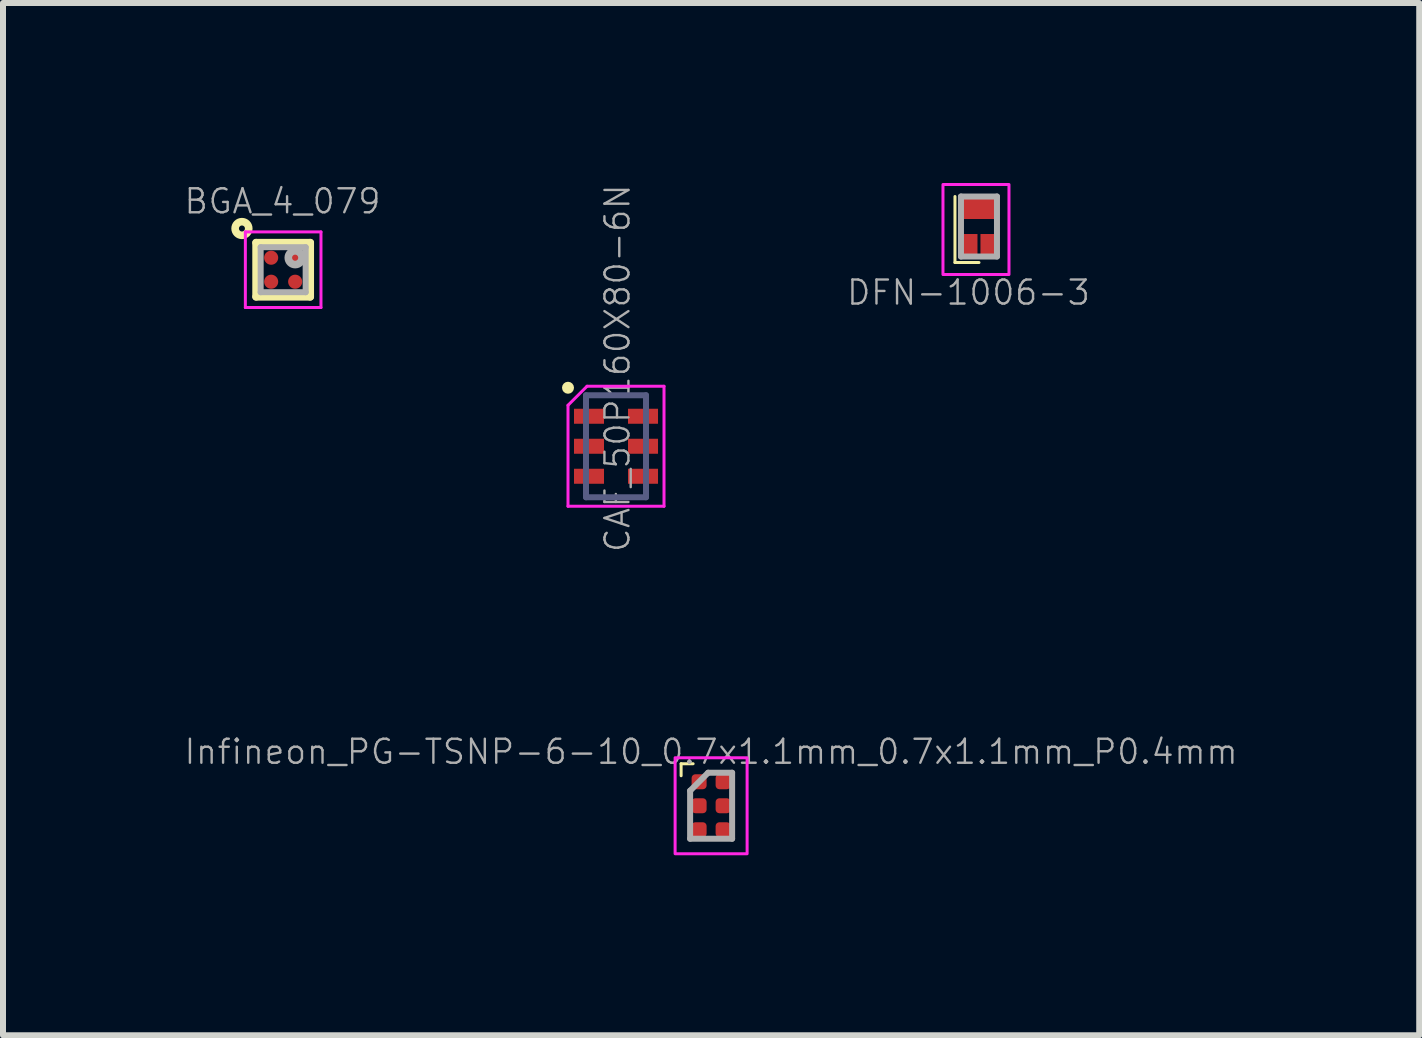
<source format=kicad_pcb>
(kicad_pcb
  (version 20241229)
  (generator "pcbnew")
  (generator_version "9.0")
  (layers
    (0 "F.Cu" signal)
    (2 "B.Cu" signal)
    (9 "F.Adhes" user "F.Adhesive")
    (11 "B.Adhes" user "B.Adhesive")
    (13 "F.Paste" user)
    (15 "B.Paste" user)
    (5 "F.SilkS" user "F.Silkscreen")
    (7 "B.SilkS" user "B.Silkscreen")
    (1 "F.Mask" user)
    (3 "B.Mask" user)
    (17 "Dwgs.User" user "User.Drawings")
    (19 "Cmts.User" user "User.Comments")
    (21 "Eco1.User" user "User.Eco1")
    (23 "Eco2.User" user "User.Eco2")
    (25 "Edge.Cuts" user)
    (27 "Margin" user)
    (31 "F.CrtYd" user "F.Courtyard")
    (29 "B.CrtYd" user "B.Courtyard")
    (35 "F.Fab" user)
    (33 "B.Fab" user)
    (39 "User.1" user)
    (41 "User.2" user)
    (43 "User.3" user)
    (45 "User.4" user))
  (footprint "DFN-1006-3"
    (layer "F.Cu")
    (at 13.265 0.725)
    (property "Reference" "DFN-1006-3" (at -0.175 1.1 0) (layer "F.Fab") (effects (font (size 0.4 0.4) (thickness 0.04))))
    (attr smd)
    (fp_line (start -0.4 -0.5) (end -0.4 0.6) (stroke (width 0.05) (type default)) (layer "F.SilkS"))
    (fp_line (start -0.4 0.6) (end 0 0.6) (stroke (width 0.05) (type default)) (layer "F.SilkS"))
    (fp_rect (start -0.6 -0.7) (end 0.5 0.8) (stroke (width 0.05) (type default)) (fill no) (layer "F.CrtYd"))
    (fp_line (start -0.3 -0.5) (end 0.3 -0.5) (stroke (width 0.1) (type solid)) (layer "F.Fab"))
    (fp_line (start -0.3 0.5) (end -0.3 -0.5) (stroke (width 0.1) (type solid)) (layer "F.Fab"))
    (fp_line (start 0.3 -0.5) (end 0.3 0.5) (stroke (width 0.1) (type solid)) (layer "F.Fab"))
    (fp_line (start 0.3 0.5) (end -0.3 0.5) (stroke (width 0.1) (type solid)) (layer "F.Fab"))
    (pad "1" smd rect (at -0.175 0.325) (size 0.3 0.4) (layers "F.Cu" "F.Mask" "F.Paste"))
    (pad "2" smd rect (at 0.175 0.325) (size 0.3 0.4) (layers "F.Cu" "F.Mask" "F.Paste"))
    (pad "3" smd rect (at 0 -0.325 90) (size 0.4 0.65) (layers "F.Cu" "F.Mask" "F.Paste")))
  (footprint "BGA_4_079"
    (layer "F.Cu")
    (at 1.669 1.445)
    (property "Reference" "BGA_4_079" (at -0.011 -1.141 0) (unlocked yes) (layer "F.Fab") (effects (font (size 0.4 0.4) (thickness 0.04))))
    (attr board_only)
    (fp_line (start -0.451 -0.451) (end -0.451 0.451) (stroke (width 0.127) (type solid)) (layer "F.SilkS"))
    (fp_line (start -0.451 -0.451) (end 0.451 -0.451) (stroke (width 0.127) (type solid)) (layer "F.SilkS"))
    (fp_line (start -0.451 0.451) (end 0.451 0.451) (stroke (width 0.127) (type solid)) (layer "F.SilkS"))
    (fp_line (start 0.451 -0.451) (end 0.451 0.451) (stroke (width 0.127) (type solid)) (layer "F.SilkS"))
    (fp_circle (center -0.687 -0.687) (end -0.637 -0.687) (stroke (width 0.127) (type solid)) (fill no) (layer "F.SilkS"))
    (fp_line (start -0.63 -0.63) (end -0.63 0.63) (stroke (width 0.05) (type solid)) (layer "F.CrtYd"))
    (fp_line (start -0.63 -0.63) (end 0.63 -0.63) (stroke (width 0.05) (type solid)) (layer "F.CrtYd"))
    (fp_line (start -0.63 0.63) (end 0.63 0.63) (stroke (width 0.05) (type solid)) (layer "F.CrtYd"))
    (fp_line (start 0.63 -0.63) (end 0.63 0.63) (stroke (width 0.05) (type solid)) (layer "F.CrtYd"))
    (fp_line (start -0.375 -0.375) (end -0.375 0.375) (stroke (width 0.1) (type solid)) (layer "F.Fab"))
    (fp_line (start 0.375 -0.375) (end -0.375 -0.375) (stroke (width 0.1) (type solid)) (layer "F.Fab"))
    (fp_line (start 0.375 -0.375) (end 0.375 0.375) (stroke (width 0.1) (type solid)) (layer "F.Fab"))
    (fp_line (start 0.375 0.375) (end -0.375 0.375) (stroke (width 0.1) (type solid)) (layer "F.Fab"))
    (fp_circle (center 0.2 -0.2) (end 0.149 -0.2) (stroke (width 0.127) (type solid)) (fill no) (layer "F.Fab"))
    (pad "A1" smd circle (at -0.2 -0.2) (size 0.235 0.235) (layers "F.Cu" "F.Mask" "F.Paste"))
    (pad "A2" smd circle (at 0.2 -0.2) (size 0.235 0.235) (layers "F.Cu" "F.Mask" "F.Paste"))
    (pad "B1" smd circle (at -0.2 0.2) (size 0.235 0.235) (layers "F.Cu" "F.Mask" "F.Paste"))
    (pad "B2" smd circle (at 0.2 0.2) (size 0.235 0.235) (layers "F.Cu" "F.Mask" "F.Paste")))
  (footprint "Infineon_PG-TSNP-6-10_0.7x1.1mm_0.7x1.1mm_P0.4mm"
    (layer "F.Cu")
    (at 8.801 10.378)
    (property "Reference" "Infineon_PG-TSNP-6-10_0.7x1.1mm_0.7x1.1mm_P0.4mm" (at 0 -0.9 0) (layer "F.Fab") (effects (font (size 0.4 0.4) (thickness 0.04))))
    (attr smd)
    (fp_line (start -0.5 -0.7) (end -0.5 -0.5) (stroke (width 0.05) (type default)) (layer "F.SilkS"))
    (fp_line (start -0.5 -0.7) (end -0.3 -0.7) (stroke (width 0.05) (type default)) (layer "F.SilkS"))
    (fp_rect (start -0.6 -0.8) (end 0.6 0.8) (stroke (width 0.05) (type default)) (fill no) (layer "F.CrtYd"))
    (fp_line (start -0.35 -0.25) (end -0.35 0.55) (stroke (width 0.1) (type default)) (layer "F.Fab"))
    (fp_line (start -0.35 -0.25) (end -0.05 -0.55) (stroke (width 0.1) (type default)) (layer "F.Fab"))
    (fp_line (start -0.35 0.55) (end 0.35 0.55) (stroke (width 0.1) (type default)) (layer "F.Fab"))
    (fp_line (start 0.35 -0.55) (end -0.05 -0.55) (stroke (width 0.1) (type default)) (layer "F.Fab"))
    (fp_line (start 0.35 0.55) (end 0.35 -0.55) (stroke (width 0.1) (type default)) (layer "F.Fab"))
    (pad "" smd circle (at -0.2 -0.4) (size 0.25 0.25) (layers "F.Paste"))
    (pad "" smd circle (at -0.2 0) (size 0.25 0.25) (layers "F.Paste"))
    (pad "" smd circle (at -0.2 0.4) (size 0.25 0.25) (layers "F.Paste"))
    (pad "" smd circle (at 0.2 -0.4) (size 0.25 0.25) (layers "F.Paste"))
    (pad "" smd circle (at 0.2 0) (size 0.25 0.25) (layers "F.Paste"))
    (pad "" smd circle (at 0.2 0.4) (size 0.25 0.25) (layers "F.Paste"))
    (pad "1" smd roundrect (at -0.2 -0.4) (size 0.25 0.25) (layers "F.Cu" "F.Mask") (roundrect_rratio 0.25))
    (pad "2" smd roundrect (at -0.2 0) (size 0.25 0.25) (layers "F.Cu" "F.Mask") (roundrect_rratio 0.25))
    (pad "3" smd roundrect (at -0.2 0.4) (size 0.25 0.25) (layers "F.Cu" "F.Mask") (roundrect_rratio 0.25))
    (pad "4" smd roundrect (at 0.2 0.4) (size 0.25 0.25) (layers "F.Cu" "F.Mask") (roundrect_rratio 0.25))
    (pad "5" smd roundrect (at 0.2 0) (size 0.25 0.25) (layers "F.Cu" "F.Mask") (roundrect_rratio 0.25))
    (pad "6" smd roundrect (at 0.2 -0.4) (size 0.25 0.25) (layers "F.Cu" "F.Mask") (roundrect_rratio 0.25)))
  (footprint "CAF_50P160X80-6N"
    (layer "F.Cu")
    (at 7.216 4.387)
    (property "Reference" "CAF_50P160X80-6N" (at 0.024 -1.3 90) (unlocked yes) (layer "F.Fab") (effects (font (size 0.4 0.4) (thickness 0.04))))
    (attr smd)
    (fp_circle (center -0.8 -0.975) (end -0.85 -0.975) (stroke (width 0.1) (type solid)) (fill no) (layer "F.SilkS"))
    (fp_line (start -0.8 -0.683) (end -0.483 -1) (stroke (width 0.05) (type solid)) (layer "F.CrtYd"))
    (fp_line (start -0.8 1) (end -0.8 -0.683) (stroke (width 0.05) (type solid)) (layer "F.CrtYd"))
    (fp_line (start 0.8 1) (end -0.8 1) (stroke (width 0.05) (type solid)) (layer "F.CrtYd"))
    (fp_line (start 0.8 1) (end 0.8 -1) (stroke (width 0.05) (type solid)) (layer "F.CrtYd"))
    (fp_line (start 0.8 -1) (end -0.483 -1) (stroke (width 0.05) (type solid)) (layer "F.CrtYd"))
    (fp_line (start -0.5 0.85) (end -0.5 -0.85) (stroke (width 0.1) (type solid)) (layer "B.Fab"))
    (fp_line (start 0.5 -0.85) (end -0.5 -0.85) (stroke (width 0.1) (type solid)) (layer "B.Fab"))
    (fp_line (start 0.5 0.85) (end -0.5 0.85) (stroke (width 0.1) (type solid)) (layer "B.Fab"))
    (fp_line (start 0.5 0.85) (end 0.5 -0.85) (stroke (width 0.1) (type solid)) (layer "B.Fab"))
    (pad "1" smd rect (at -0.45 -0.5 90) (size 0.25 0.5) (layers "F.Cu" "F.Mask" "F.Paste"))
    (pad "2" smd rect (at -0.45 0 90) (size 0.25 0.5) (layers "F.Cu" "F.Mask" "F.Paste"))
    (pad "3" smd rect (at -0.45 0.5 90) (size 0.25 0.5) (layers "F.Cu" "F.Mask" "F.Paste"))
    (pad "5" smd rect (at 0.45 0.5 90) (size 0.25 0.5) (layers "F.Cu" "F.Mask" "F.Paste"))
    (pad "6" smd rect (at 0.45 0 90) (size 0.25 0.5) (layers "F.Cu" "F.Mask" "F.Paste"))
    (pad "7" smd rect (at 0.45 -0.5 90) (size 0.25 0.5) (layers "F.Cu" "F.Mask" "F.Paste")))
  (gr_rect
    (start -3 -3)
    (end 20.602 14.203)
    (stroke (width 0.1) (type default))
    (fill no)
    (layer "Edge.Cuts")))
</source>
